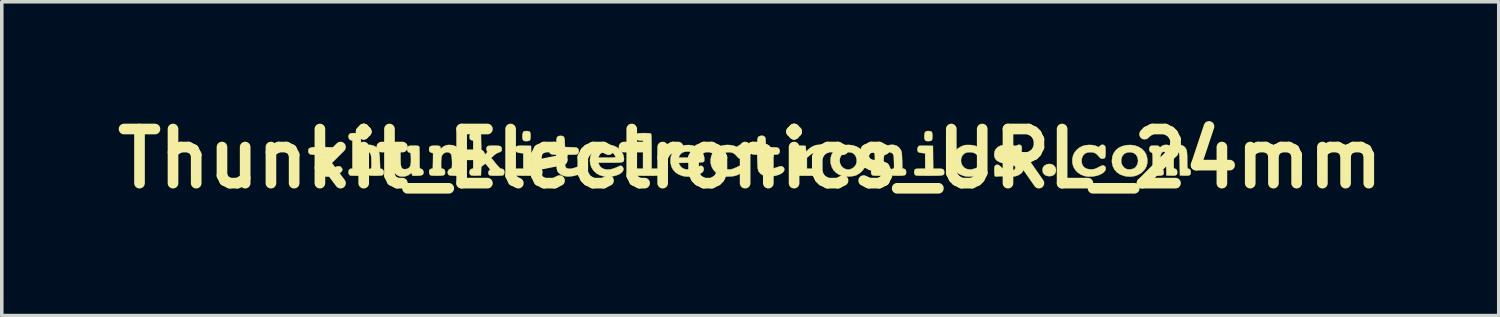
<source format=kicad_pcb>
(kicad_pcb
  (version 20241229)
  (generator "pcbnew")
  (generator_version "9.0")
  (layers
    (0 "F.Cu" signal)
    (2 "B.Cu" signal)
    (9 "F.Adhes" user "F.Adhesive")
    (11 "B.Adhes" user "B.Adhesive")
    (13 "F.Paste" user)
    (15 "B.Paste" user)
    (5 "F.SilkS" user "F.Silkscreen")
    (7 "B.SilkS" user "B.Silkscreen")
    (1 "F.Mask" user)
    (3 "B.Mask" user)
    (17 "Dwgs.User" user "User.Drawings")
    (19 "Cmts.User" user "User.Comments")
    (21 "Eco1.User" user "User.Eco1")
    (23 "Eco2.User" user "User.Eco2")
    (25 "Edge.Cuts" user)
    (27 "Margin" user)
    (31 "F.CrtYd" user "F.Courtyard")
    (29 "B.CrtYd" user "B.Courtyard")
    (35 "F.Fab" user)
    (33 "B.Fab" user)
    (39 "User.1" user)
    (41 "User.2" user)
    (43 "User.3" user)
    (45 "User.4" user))
  (footprint "Thunkit_Electronics_URL_24mm"
    (layer "F.Cu")
    (at 18.078 1.418)
    (property "Reference" "Thunkit_Electronics_URL_24mm" (at 0 0 0) (layer "F.SilkS") (effects (font (size 1.524 1.524) (thickness 0.3))))
    (attr through_hole)
    (fp_poly (pts (xy 8.478 0.155) (xy 8.48 0.155) (xy 8.539 0.183) (xy 8.58 0.227) (xy 8.604 0.282) (xy 8.609 0.34) (xy 8.595 0.397) (xy 8.56 0.446) (xy 8.522 0.473) (xy 8.467 0.49) (xy 8.401 0.492) (xy 8.339 0.48) (xy 8.318 0.472) (xy 8.267 0.433) (xy 8.237 0.378) (xy 8.228 0.315) (xy 8.243 0.251) (xy 8.248 0.239) (xy 8.287 0.193) (xy 8.343 0.162) (xy 8.41 0.148) (xy 8.478 0.155)) (stroke (width 0.01) (type solid)) (fill yes) (layer "F.SilkS"))
    (fp_poly (pts (xy 5.046 -0.777) (xy 5.088 -0.767) (xy 5.107 -0.756) (xy 5.12 -0.727) (xy 5.128 -0.681) (xy 5.13 -0.627) (xy 5.127 -0.574) (xy 5.118 -0.533) (xy 5.11 -0.517) (xy 5.084 -0.503) (xy 5.043 -0.495) (xy 4.996 -0.494) (xy 4.954 -0.499) (xy 4.929 -0.511) (xy 4.928 -0.512) (xy 4.909 -0.553) (xy 4.901 -0.61) (xy 4.903 -0.671) (xy 4.915 -0.726) (xy 4.93 -0.755) (xy 4.957 -0.771) (xy 4.999 -0.779) (xy 5.046 -0.777)) (stroke (width 0.01) (type solid)) (fill yes) (layer "F.SilkS"))
    (fp_poly (pts (xy -6.264 -0.776) (xy -6.224 -0.765) (xy -6.211 -0.756) (xy -6.197 -0.731) (xy -6.189 -0.689) (xy -6.188 -0.637) (xy -6.19 -0.572) (xy -6.201 -0.53) (xy -6.223 -0.506) (xy -6.261 -0.496) (xy -6.302 -0.494) (xy -6.348 -0.496) (xy -6.376 -0.504) (xy -6.395 -0.521) (xy -6.401 -0.53) (xy -6.414 -0.566) (xy -6.418 -0.617) (xy -6.415 -0.673) (xy -6.406 -0.722) (xy -6.39 -0.756) (xy -6.388 -0.758) (xy -6.358 -0.773) (xy -6.312 -0.778) (xy -6.264 -0.776)) (stroke (width 0.01) (type solid)) (fill yes) (layer "F.SilkS"))
    (fp_poly (pts (xy -6.364 -0.364) (xy -6.174 -0.36) (xy -6.17 -0.039) (xy -6.166 0.282) (xy -6.034 0.282) (xy -5.96 0.284) (xy -5.909 0.293) (xy -5.877 0.309) (xy -5.861 0.336) (xy -5.856 0.377) (xy -5.856 0.383) (xy -5.857 0.411) (xy -5.861 0.432) (xy -5.871 0.449) (xy -5.891 0.461) (xy -5.923 0.47) (xy -5.971 0.475) (xy -6.036 0.478) (xy -6.123 0.479) (xy -6.234 0.48) (xy -6.281 0.48) (xy -6.381 0.479) (xy -6.472 0.478) (xy -6.551 0.476) (xy -6.613 0.474) (xy -6.654 0.471) (xy -6.67 0.469) (xy -6.694 0.439) (xy -6.707 0.395) (xy -6.704 0.35) (xy -6.702 0.342) (xy -6.685 0.311) (xy -6.67 0.293) (xy -6.649 0.289) (xy -6.608 0.285) (xy -6.552 0.283) (xy -6.523 0.282) (xy -6.392 0.282) (xy -6.392 -0.151) (xy -6.481 -0.16) (xy -6.549 -0.173) (xy -6.592 -0.196) (xy -6.613 -0.231) (xy -6.613 -0.281) (xy -6.613 -0.282) (xy -6.605 -0.314) (xy -6.593 -0.337) (xy -6.571 -0.352) (xy -6.535 -0.361) (xy -6.481 -0.364) (xy -6.405 -0.364) (xy -6.364 -0.364)) (stroke (width 0.01) (type solid)) (fill yes) (layer "F.SilkS"))
    (fp_poly (pts (xy 4.965 -0.364) (xy 4.967 -0.364) (xy 5.144 -0.36) (xy 5.147 -0.039) (xy 5.151 0.282) (xy 5.284 0.282) (xy 5.358 0.284) (xy 5.408 0.291) (xy 5.439 0.306) (xy 5.455 0.331) (xy 5.461 0.368) (xy 5.461 0.38) (xy 5.46 0.408) (xy 5.457 0.431) (xy 5.447 0.448) (xy 5.428 0.46) (xy 5.396 0.469) (xy 5.35 0.475) (xy 5.286 0.478) (xy 5.201 0.479) (xy 5.091 0.48) (xy 5.035 0.48) (xy 4.922 0.48) (xy 4.834 0.479) (xy 4.767 0.478) (xy 4.718 0.476) (xy 4.685 0.473) (xy 4.662 0.469) (xy 4.648 0.463) (xy 4.639 0.455) (xy 4.638 0.454) (xy 4.62 0.418) (xy 4.615 0.372) (xy 4.623 0.328) (xy 4.637 0.304) (xy 4.655 0.293) (xy 4.687 0.286) (xy 4.738 0.283) (xy 4.792 0.282) (xy 4.925 0.282) (xy 4.925 -0.151) (xy 4.838 -0.16) (xy 4.789 -0.167) (xy 4.751 -0.177) (xy 4.734 -0.184) (xy 4.712 -0.217) (xy 4.705 -0.261) (xy 4.713 -0.306) (xy 4.733 -0.343) (xy 4.761 -0.361) (xy 4.786 -0.363) (xy 4.833 -0.365) (xy 4.895 -0.365) (xy 4.965 -0.364)) (stroke (width 0.01) (type solid)) (fill yes) (layer "F.SilkS"))
    (fp_poly (pts (xy 10.831 -0.37) (xy 10.936 -0.332) (xy 11.028 -0.275) (xy 11.101 -0.199) (xy 11.142 -0.132) (xy 11.171 -0.047) (xy 11.183 0.048) (xy 11.177 0.142) (xy 11.153 0.225) (xy 11.153 0.226) (xy 11.096 0.32) (xy 11.019 0.396) (xy 10.925 0.454) (xy 10.82 0.491) (xy 10.705 0.506) (xy 10.584 0.498) (xy 10.534 0.488) (xy 10.422 0.448) (xy 10.33 0.389) (xy 10.259 0.312) (xy 10.211 0.22) (xy 10.186 0.114) (xy 10.183 0.056) (xy 10.185 0.034) (xy 10.445 0.034) (xy 10.45 0.12) (xy 10.479 0.194) (xy 10.528 0.253) (xy 10.598 0.293) (xy 10.61 0.298) (xy 10.666 0.305) (xy 10.732 0.298) (xy 10.794 0.28) (xy 10.817 0.268) (xy 10.868 0.22) (xy 10.903 0.155) (xy 10.919 0.078) (xy 10.919 0.034) (xy 10.9 -0.048) (xy 10.86 -0.113) (xy 10.801 -0.157) (xy 10.724 -0.181) (xy 10.682 -0.183) (xy 10.598 -0.171) (xy 10.531 -0.137) (xy 10.481 -0.082) (xy 10.452 -0.008) (xy 10.445 0.034) (xy 10.185 0.034) (xy 10.195 -0.055) (xy 10.232 -0.153) (xy 10.292 -0.236) (xy 10.372 -0.303) (xy 10.472 -0.351) (xy 10.589 -0.38) (xy 10.589 -0.38) (xy 10.714 -0.386) (xy 10.831 -0.37)) (stroke (width 0.01) (type solid)) (fill yes) (layer "F.SilkS"))
    (fp_poly (pts (xy 2.879 -0.377) (xy 2.984 -0.344) (xy 3.079 -0.291) (xy 3.146 -0.231) (xy 3.206 -0.153) (xy 3.242 -0.072) (xy 3.257 0.019) (xy 3.257 0.092) (xy 3.249 0.162) (xy 3.233 0.218) (xy 3.208 0.27) (xy 3.152 0.345) (xy 3.077 0.412) (xy 2.993 0.462) (xy 2.963 0.474) (xy 2.901 0.489) (xy 2.822 0.499) (xy 2.739 0.502) (xy 2.663 0.499) (xy 2.627 0.494) (xy 2.515 0.458) (xy 2.422 0.402) (xy 2.347 0.327) (xy 2.295 0.237) (xy 2.265 0.133) (xy 2.261 0.091) (xy 2.261 0.063) (xy 2.516 0.063) (xy 2.529 0.138) (xy 2.564 0.206) (xy 2.618 0.26) (xy 2.659 0.284) (xy 2.729 0.306) (xy 2.793 0.305) (xy 2.863 0.28) (xy 2.865 0.279) (xy 2.931 0.231) (xy 2.976 0.166) (xy 2.998 0.09) (xy 2.994 0.006) (xy 2.992 -0.004) (xy 2.963 -0.082) (xy 2.916 -0.137) (xy 2.851 -0.172) (xy 2.768 -0.183) (xy 2.766 -0.183) (xy 2.679 -0.172) (xy 2.609 -0.14) (xy 2.559 -0.088) (xy 2.525 -0.014) (xy 2.516 0.063) (xy 2.261 0.063) (xy 2.263 -0.011) (xy 2.284 -0.098) (xy 2.328 -0.178) (xy 2.372 -0.231) (xy 2.454 -0.302) (xy 2.551 -0.351) (xy 2.658 -0.381) (xy 2.768 -0.389) (xy 2.879 -0.377)) (stroke (width 0.01) (type solid)) (fill yes) (layer "F.SilkS"))
    (fp_poly (pts (xy -2.901 -0.718) (xy -2.839 -0.714) (xy -2.804 -0.707) (xy -2.797 -0.703) (xy -2.792 -0.69) (xy -2.788 -0.66) (xy -2.785 -0.612) (xy -2.783 -0.543) (xy -2.781 -0.451) (xy -2.78 -0.335) (xy -2.78 -0.202) (xy -2.78 0.282) (xy -2.647 0.282) (xy -2.584 0.283) (xy -2.543 0.285) (xy -2.517 0.291) (xy -2.501 0.301) (xy -2.491 0.314) (xy -2.472 0.362) (xy -2.475 0.412) (xy -2.498 0.452) (xy -2.507 0.46) (xy -2.52 0.467) (xy -2.539 0.472) (xy -2.568 0.475) (xy -2.609 0.477) (xy -2.668 0.479) (xy -2.746 0.48) (xy -2.847 0.48) (xy -2.9 0.48) (xy -3.013 0.48) (xy -3.1 0.479) (xy -3.167 0.478) (xy -3.215 0.476) (xy -3.249 0.473) (xy -3.272 0.469) (xy -3.287 0.463) (xy -3.298 0.456) (xy -3.302 0.452) (xy -3.326 0.41) (xy -3.327 0.36) (xy -3.308 0.314) (xy -3.296 0.299) (xy -3.278 0.29) (xy -3.25 0.285) (xy -3.205 0.283) (xy -3.153 0.282) (xy -3.02 0.282) (xy -3.02 -0.508) (xy -3.075 -0.508) (xy -3.132 -0.513) (xy -3.182 -0.528) (xy -3.215 -0.548) (xy -3.22 -0.555) (xy -3.228 -0.579) (xy -3.231 -0.617) (xy -3.231 -0.624) (xy -3.228 -0.659) (xy -3.217 -0.685) (xy -3.193 -0.702) (xy -3.152 -0.713) (xy -3.092 -0.718) (xy -3.008 -0.72) (xy -2.991 -0.72) (xy -2.901 -0.718)) (stroke (width 0.01) (type solid)) (fill yes) (layer "F.SilkS"))
    (fp_poly (pts (xy -1.613 -0.369) (xy -1.513 -0.331) (xy -1.428 -0.275) (xy -1.361 -0.201) (xy -1.327 -0.138) (xy -1.307 -0.079) (xy -1.296 -0.019) (xy -1.294 0.036) (xy -1.302 0.076) (xy -1.309 0.087) (xy -1.324 0.094) (xy -1.354 0.099) (xy -1.403 0.104) (xy -1.473 0.107) (xy -1.566 0.11) (xy -1.673 0.113) (xy -2.018 0.12) (xy -1.988 0.18) (xy -1.944 0.24) (xy -1.881 0.282) (xy -1.803 0.304) (xy -1.714 0.307) (xy -1.617 0.29) (xy -1.514 0.253) (xy -1.473 0.232) (xy -1.425 0.209) (xy -1.393 0.2) (xy -1.368 0.204) (xy -1.342 0.222) (xy -1.34 0.223) (xy -1.314 0.261) (xy -1.31 0.307) (xy -1.327 0.355) (xy -1.343 0.377) (xy -1.404 0.424) (xy -1.485 0.462) (xy -1.58 0.488) (xy -1.683 0.503) (xy -1.788 0.504) (xy -1.887 0.491) (xy -1.898 0.488) (xy -2.01 0.448) (xy -2.102 0.389) (xy -2.173 0.312) (xy -2.221 0.22) (xy -2.246 0.114) (xy -2.249 0.056) (xy -2.24 -0.028) (xy -2.017 -0.028) (xy -1.525 -0.028) (xy -1.539 -0.067) (xy -1.577 -0.131) (xy -1.635 -0.175) (xy -1.711 -0.198) (xy -1.771 -0.202) (xy -1.86 -0.192) (xy -1.93 -0.162) (xy -1.98 -0.111) (xy -2.002 -0.067) (xy -2.017 -0.028) (xy -2.24 -0.028) (xy -2.237 -0.055) (xy -2.2 -0.153) (xy -2.141 -0.236) (xy -2.06 -0.303) (xy -1.96 -0.351) (xy -1.842 -0.38) (xy -1.842 -0.38) (xy -1.723 -0.385) (xy -1.613 -0.369)) (stroke (width 0.01) (type solid)) (fill yes) (layer "F.SilkS"))
    (fp_poly (pts (xy -0.21 -0.368) (xy -0.195 -0.354) (xy -0.185 -0.337) (xy -0.18 -0.311) (xy -0.177 -0.27) (xy -0.177 -0.207) (xy -0.177 -0.194) (xy -0.178 -0.116) (xy -0.183 -0.062) (xy -0.195 -0.028) (xy -0.215 -0.009) (xy -0.244 -0.001) (xy -0.269 0) (xy -0.3 -0.003) (xy -0.326 -0.014) (xy -0.353 -0.039) (xy -0.383 -0.073) (xy -0.438 -0.13) (xy -0.494 -0.164) (xy -0.56 -0.18) (xy -0.618 -0.183) (xy -0.702 -0.171) (xy -0.77 -0.137) (xy -0.821 -0.084) (xy -0.852 -0.014) (xy -0.861 0.068) (xy -0.855 0.12) (xy -0.83 0.182) (xy -0.784 0.238) (xy -0.724 0.279) (xy -0.677 0.296) (xy -0.612 0.306) (xy -0.546 0.302) (xy -0.475 0.282) (xy -0.389 0.245) (xy -0.371 0.236) (xy -0.317 0.209) (xy -0.281 0.194) (xy -0.257 0.188) (xy -0.239 0.191) (xy -0.221 0.202) (xy -0.22 0.202) (xy -0.183 0.239) (xy -0.172 0.281) (xy -0.184 0.326) (xy -0.219 0.372) (xy -0.275 0.415) (xy -0.35 0.455) (xy -0.396 0.473) (xy -0.459 0.489) (xy -0.539 0.499) (xy -0.626 0.502) (xy -0.706 0.499) (xy -0.769 0.489) (xy -0.88 0.448) (xy -0.972 0.387) (xy -1.043 0.31) (xy -1.092 0.216) (xy -1.112 0.141) (xy -1.118 0.032) (xy -1.098 -0.073) (xy -1.055 -0.169) (xy -0.99 -0.252) (xy -0.907 -0.318) (xy -0.815 -0.362) (xy -0.734 -0.38) (xy -0.641 -0.387) (xy -0.548 -0.381) (xy -0.466 -0.364) (xy -0.444 -0.356) (xy -0.373 -0.328) (xy -0.334 -0.361) (xy -0.29 -0.389) (xy -0.25 -0.391) (xy -0.21 -0.368)) (stroke (width 0.01) (type solid)) (fill yes) (layer "F.SilkS"))
    (fp_poly (pts (xy 9.977 -0.367) (xy 9.99 -0.35) (xy 9.998 -0.328) (xy 10.003 -0.294) (xy 10.005 -0.241) (xy 10.005 -0.197) (xy 10.004 -0.118) (xy 9.999 -0.063) (xy 9.988 -0.028) (xy 9.97 -0.009) (xy 9.944 -0.001) (xy 9.921 0) (xy 9.889 -0.003) (xy 9.863 -0.013) (xy 9.836 -0.038) (xy 9.806 -0.073) (xy 9.75 -0.13) (xy 9.694 -0.164) (xy 9.628 -0.18) (xy 9.57 -0.183) (xy 9.485 -0.172) (xy 9.417 -0.138) (xy 9.367 -0.084) (xy 9.338 -0.01) (xy 9.331 0.039) (xy 9.336 0.126) (xy 9.364 0.198) (xy 9.414 0.252) (xy 9.483 0.287) (xy 9.571 0.302) (xy 9.596 0.303) (xy 9.644 0.3) (xy 9.686 0.293) (xy 9.73 0.278) (xy 9.786 0.251) (xy 9.806 0.241) (xy 9.864 0.213) (xy 9.904 0.196) (xy 9.931 0.191) (xy 9.951 0.193) (xy 9.958 0.196) (xy 9.997 0.227) (xy 10.012 0.27) (xy 10.001 0.321) (xy 9.999 0.326) (xy 9.96 0.378) (xy 9.899 0.423) (xy 9.82 0.46) (xy 9.729 0.487) (xy 9.632 0.502) (xy 9.534 0.505) (xy 9.439 0.494) (xy 9.418 0.489) (xy 9.309 0.448) (xy 9.219 0.388) (xy 9.148 0.312) (xy 9.098 0.222) (xy 9.071 0.122) (xy 9.068 0.015) (xy 9.093 -0.095) (xy 9.093 -0.096) (xy 9.133 -0.176) (xy 9.195 -0.25) (xy 9.271 -0.312) (xy 9.349 -0.353) (xy 9.437 -0.377) (xy 9.533 -0.387) (xy 9.629 -0.384) (xy 9.714 -0.366) (xy 9.743 -0.355) (xy 9.812 -0.324) (xy 9.849 -0.36) (xy 9.894 -0.389) (xy 9.938 -0.391) (xy 9.977 -0.367)) (stroke (width 0.01) (type solid)) (fill yes) (layer "F.SilkS"))
    (fp_poly (pts (xy 2.018 -0.381) (xy 2.081 -0.349) (xy 2.087 -0.344) (xy 2.125 -0.298) (xy 2.139 -0.246) (xy 2.13 -0.194) (xy 2.098 -0.151) (xy 2.059 -0.126) (xy 2.027 -0.116) (xy 1.997 -0.117) (xy 1.957 -0.13) (xy 1.949 -0.133) (xy 1.877 -0.157) (xy 1.82 -0.165) (xy 1.77 -0.156) (xy 1.718 -0.128) (xy 1.656 -0.079) (xy 1.655 -0.078) (xy 1.595 -0.026) (xy 1.595 0.282) (xy 1.733 0.282) (xy 1.8 0.283) (xy 1.844 0.286) (xy 1.872 0.292) (xy 1.89 0.303) (xy 1.896 0.308) (xy 1.915 0.348) (xy 1.917 0.398) (xy 1.9 0.445) (xy 1.897 0.448) (xy 1.889 0.458) (xy 1.879 0.466) (xy 1.864 0.472) (xy 1.839 0.475) (xy 1.801 0.478) (xy 1.746 0.479) (xy 1.671 0.48) (xy 1.572 0.48) (xy 1.547 0.48) (xy 1.441 0.48) (xy 1.36 0.479) (xy 1.301 0.478) (xy 1.258 0.475) (xy 1.23 0.471) (xy 1.211 0.466) (xy 1.2 0.459) (xy 1.195 0.454) (xy 1.176 0.416) (xy 1.172 0.37) (xy 1.183 0.326) (xy 1.197 0.306) (xy 1.234 0.288) (xy 1.289 0.282) (xy 1.355 0.282) (xy 1.355 -0.155) (xy 1.298 -0.164) (xy 1.247 -0.183) (xy 1.213 -0.218) (xy 1.198 -0.261) (xy 1.206 -0.306) (xy 1.228 -0.339) (xy 1.244 -0.352) (xy 1.263 -0.36) (xy 1.293 -0.364) (xy 1.338 -0.365) (xy 1.406 -0.364) (xy 1.408 -0.364) (xy 1.559 -0.36) (xy 1.566 -0.278) (xy 1.573 -0.196) (xy 1.623 -0.247) (xy 1.696 -0.31) (xy 1.777 -0.355) (xy 1.861 -0.383) (xy 1.943 -0.392) (xy 2.018 -0.381)) (stroke (width 0.01) (type solid)) (fill yes) (layer "F.SilkS"))
    (fp_poly (pts (xy -5.296 -0.639) (xy -5.264 -0.626) (xy -5.243 -0.6) (xy -5.231 -0.556) (xy -5.225 -0.49) (xy -5.223 -0.46) (xy -5.219 -0.328) (xy -5.049 -0.322) (xy -4.976 -0.319) (xy -4.926 -0.315) (xy -4.894 -0.31) (xy -4.873 -0.302) (xy -4.859 -0.291) (xy -4.852 -0.283) (xy -4.83 -0.237) (xy -4.83 -0.187) (xy -4.851 -0.144) (xy -4.854 -0.141) (xy -4.869 -0.129) (xy -4.889 -0.121) (xy -4.919 -0.116) (xy -4.965 -0.114) (xy -5.033 -0.113) (xy -5.052 -0.113) (xy -5.221 -0.113) (xy -5.221 0.042) (xy -5.22 0.111) (xy -5.216 0.171) (xy -5.209 0.215) (xy -5.205 0.232) (xy -5.174 0.267) (xy -5.124 0.284) (xy -5.055 0.284) (xy -4.97 0.265) (xy -4.899 0.241) (xy -4.833 0.219) (xy -4.784 0.213) (xy -4.747 0.225) (xy -4.727 0.24) (xy -4.701 0.282) (xy -4.702 0.328) (xy -4.73 0.374) (xy -4.752 0.395) (xy -4.816 0.434) (xy -4.898 0.466) (xy -4.992 0.489) (xy -5.088 0.5) (xy -5.178 0.499) (xy -5.219 0.493) (xy -5.297 0.468) (xy -5.364 0.429) (xy -5.413 0.38) (xy -5.427 0.357) (xy -5.438 0.328) (xy -5.446 0.289) (xy -5.452 0.236) (xy -5.456 0.165) (xy -5.458 0.095) (xy -5.464 -0.113) (xy -5.533 -0.113) (xy -5.596 -0.122) (xy -5.638 -0.148) (xy -5.657 -0.191) (xy -5.659 -0.209) (xy -5.65 -0.259) (xy -5.621 -0.293) (xy -5.57 -0.313) (xy -5.539 -0.318) (xy -5.461 -0.328) (xy -5.461 -0.452) (xy -5.458 -0.53) (xy -5.448 -0.584) (xy -5.429 -0.618) (xy -5.397 -0.636) (xy -5.351 -0.642) (xy -5.343 -0.642) (xy -5.296 -0.639)) (stroke (width 0.01) (type solid)) (fill yes) (layer "F.SilkS"))
    (fp_poly (pts (xy 6.582 -0.367) (xy 6.584 -0.365) (xy 6.598 -0.345) (xy 6.607 -0.314) (xy 6.612 -0.268) (xy 6.616 -0.203) (xy 6.617 -0.122) (xy 6.61 -0.065) (xy 6.596 -0.028) (xy 6.57 -0.008) (xy 6.533 -0.000365) (xy 6.519 0) (xy 6.484 -0.002) (xy 6.46 -0.014) (xy 6.435 -0.039) (xy 6.417 -0.065) (xy 6.363 -0.126) (xy 6.3 -0.164) (xy 6.223 -0.181) (xy 6.178 -0.183) (xy 6.094 -0.175) (xy 6.03 -0.147) (xy 5.981 -0.099) (xy 5.97 -0.082) (xy 5.939 -0.008) (xy 5.932 0.069) (xy 5.947 0.143) (xy 5.982 0.209) (xy 6.036 0.262) (xy 6.106 0.295) (xy 6.11 0.296) (xy 6.178 0.306) (xy 6.251 0.3) (xy 6.334 0.275) (xy 6.418 0.237) (xy 6.476 0.21) (xy 6.515 0.195) (xy 6.542 0.189) (xy 6.563 0.193) (xy 6.569 0.195) (xy 6.601 0.224) (xy 6.616 0.267) (xy 6.611 0.317) (xy 6.61 0.322) (xy 6.582 0.364) (xy 6.532 0.407) (xy 6.466 0.445) (xy 6.414 0.467) (xy 6.329 0.489) (xy 6.232 0.501) (xy 6.134 0.503) (xy 6.046 0.494) (xy 6.012 0.486) (xy 5.9 0.443) (xy 5.81 0.382) (xy 5.743 0.305) (xy 5.699 0.21) (xy 5.677 0.1) (xy 5.676 0.085) (xy 5.682 -0.029) (xy 5.712 -0.13) (xy 5.768 -0.217) (xy 5.847 -0.29) (xy 5.939 -0.343) (xy 5.991 -0.366) (xy 6.034 -0.379) (xy 6.081 -0.385) (xy 6.143 -0.386) (xy 6.152 -0.386) (xy 6.238 -0.382) (xy 6.306 -0.37) (xy 6.347 -0.356) (xy 6.422 -0.327) (xy 6.456 -0.361) (xy 6.499 -0.389) (xy 6.543 -0.391) (xy 6.582 -0.367)) (stroke (width 0.01) (type solid)) (fill yes) (layer "F.SilkS"))
    (fp_poly (pts (xy 0.385 -0.631) (xy 0.395 -0.624) (xy 0.412 -0.608) (xy 0.423 -0.589) (xy 0.429 -0.56) (xy 0.433 -0.515) (xy 0.435 -0.462) (xy 0.44 -0.328) (xy 0.61 -0.322) (xy 0.683 -0.319) (xy 0.732 -0.315) (xy 0.765 -0.31) (xy 0.786 -0.302) (xy 0.8 -0.291) (xy 0.806 -0.283) (xy 0.829 -0.237) (xy 0.829 -0.187) (xy 0.808 -0.144) (xy 0.804 -0.141) (xy 0.789 -0.129) (xy 0.77 -0.121) (xy 0.739 -0.116) (xy 0.693 -0.114) (xy 0.626 -0.113) (xy 0.607 -0.113) (xy 0.437 -0.113) (xy 0.437 0.042) (xy 0.439 0.111) (xy 0.443 0.171) (xy 0.449 0.215) (xy 0.454 0.232) (xy 0.484 0.267) (xy 0.535 0.284) (xy 0.604 0.284) (xy 0.688 0.265) (xy 0.759 0.241) (xy 0.826 0.219) (xy 0.875 0.213) (xy 0.912 0.225) (xy 0.931 0.24) (xy 0.957 0.282) (xy 0.956 0.328) (xy 0.928 0.375) (xy 0.91 0.393) (xy 0.853 0.43) (xy 0.775 0.461) (xy 0.686 0.485) (xy 0.592 0.499) (xy 0.504 0.501) (xy 0.441 0.494) (xy 0.356 0.466) (xy 0.288 0.423) (xy 0.241 0.368) (xy 0.236 0.36) (xy 0.224 0.332) (xy 0.216 0.3) (xy 0.209 0.257) (xy 0.205 0.198) (xy 0.201 0.118) (xy 0.2 0.095) (xy 0.194 -0.113) (xy 0.125 -0.113) (xy 0.063 -0.122) (xy 0.021 -0.148) (xy 0.001 -0.191) (xy 0 -0.209) (xy 0.009 -0.259) (xy 0.038 -0.293) (xy 0.089 -0.313) (xy 0.12 -0.318) (xy 0.198 -0.328) (xy 0.198 -0.452) (xy 0.2 -0.528) (xy 0.21 -0.581) (xy 0.229 -0.615) (xy 0.261 -0.635) (xy 0.304 -0.644) (xy 0.35 -0.645) (xy 0.385 -0.631)) (stroke (width 0.01) (type solid)) (fill yes) (layer "F.SilkS"))
    (fp_poly (pts (xy -3.943 -0.381) (xy -3.856 -0.365) (xy -3.844 -0.362) (xy -3.753 -0.318) (xy -3.675 -0.257) (xy -3.614 -0.182) (xy -3.573 -0.098) (xy -3.556 -0.01) (xy -3.556 0.001) (xy -3.557 0.034) (xy -3.561 0.06) (xy -3.572 0.079) (xy -3.592 0.093) (xy -3.626 0.103) (xy -3.675 0.108) (xy -3.743 0.111) (xy -3.833 0.113) (xy -3.948 0.113) (xy -4.278 0.113) (xy -4.268 0.145) (xy -4.236 0.212) (xy -4.183 0.262) (xy -4.114 0.294) (xy -4.032 0.308) (xy -3.94 0.302) (xy -3.84 0.276) (xy -3.775 0.249) (xy -3.723 0.226) (xy -3.679 0.208) (xy -3.651 0.198) (xy -3.646 0.198) (xy -3.617 0.21) (xy -3.589 0.239) (xy -3.572 0.275) (xy -3.57 0.29) (xy -3.583 0.342) (xy -3.621 0.389) (xy -3.679 0.431) (xy -3.753 0.464) (xy -3.839 0.489) (xy -3.934 0.503) (xy -4.033 0.506) (xy -4.133 0.495) (xy -4.147 0.493) (xy -4.253 0.459) (xy -4.344 0.404) (xy -4.418 0.331) (xy -4.473 0.245) (xy -4.506 0.148) (xy -4.516 0.044) (xy -4.506 -0.028) (xy -4.278 -0.028) (xy -4.037 -0.028) (xy -3.944 -0.029) (xy -3.877 -0.03) (xy -3.831 -0.033) (xy -3.806 -0.038) (xy -3.796 -0.045) (xy -3.796 -0.046) (xy -3.807 -0.08) (xy -3.833 -0.121) (xy -3.868 -0.158) (xy -3.898 -0.178) (xy -3.954 -0.196) (xy -4.025 -0.203) (xy -4.097 -0.198) (xy -4.158 -0.182) (xy -4.165 -0.178) (xy -4.224 -0.137) (xy -4.26 -0.08) (xy -4.268 -0.06) (xy -4.278 -0.028) (xy -4.506 -0.028) (xy -4.501 -0.063) (xy -4.492 -0.092) (xy -4.456 -0.163) (xy -4.4 -0.232) (xy -4.33 -0.294) (xy -4.254 -0.34) (xy -4.226 -0.352) (xy -4.14 -0.375) (xy -4.041 -0.384) (xy -3.943 -0.381)) (stroke (width 0.01) (type solid)) (fill yes) (layer "F.SilkS"))
    (fp_poly (pts (xy -12.115 -0.644) (xy -12.076 -0.636) (xy -12.049 -0.619) (xy -12.033 -0.59) (xy -12.025 -0.543) (xy -12.023 -0.473) (xy -12.023 -0.458) (xy -12.023 -0.328) (xy -11.846 -0.322) (xy -11.768 -0.319) (xy -11.714 -0.314) (xy -11.678 -0.308) (xy -11.655 -0.3) (xy -11.646 -0.292) (xy -11.627 -0.256) (xy -11.623 -0.209) (xy -11.635 -0.163) (xy -11.648 -0.142) (xy -11.662 -0.13) (xy -11.679 -0.121) (xy -11.707 -0.116) (xy -11.749 -0.114) (xy -11.812 -0.113) (xy -11.851 -0.113) (xy -12.027 -0.113) (xy -12.019 0.048) (xy -12.014 0.115) (xy -12.008 0.174) (xy -12.001 0.218) (xy -11.996 0.238) (xy -11.964 0.269) (xy -11.913 0.284) (xy -11.846 0.284) (xy -11.768 0.268) (xy -11.693 0.241) (xy -11.626 0.217) (xy -11.575 0.213) (xy -11.536 0.229) (xy -11.516 0.249) (xy -11.495 0.282) (xy -11.486 0.31) (xy -11.486 0.31) (xy -11.5 0.35) (xy -11.537 0.389) (xy -11.594 0.426) (xy -11.666 0.458) (xy -11.748 0.483) (xy -11.797 0.493) (xy -11.865 0.503) (xy -11.916 0.506) (xy -11.963 0.502) (xy -12.017 0.492) (xy -12.031 0.488) (xy -12.083 0.471) (xy -12.132 0.449) (xy -12.148 0.439) (xy -12.18 0.413) (xy -12.205 0.384) (xy -12.222 0.349) (xy -12.233 0.302) (xy -12.24 0.238) (xy -12.245 0.153) (xy -12.246 0.102) (xy -12.251 -0.113) (xy -12.317 -0.113) (xy -12.382 -0.12) (xy -12.423 -0.143) (xy -12.443 -0.181) (xy -12.446 -0.209) (xy -12.443 -0.248) (xy -12.435 -0.277) (xy -12.434 -0.279) (xy -12.411 -0.296) (xy -12.37 -0.312) (xy -12.321 -0.322) (xy -12.287 -0.325) (xy -12.248 -0.325) (xy -12.248 -0.458) (xy -12.248 -0.52) (xy -12.246 -0.561) (xy -12.24 -0.587) (xy -12.229 -0.604) (xy -12.212 -0.619) (xy -12.21 -0.621) (xy -12.173 -0.642) (xy -12.131 -0.646) (xy -12.115 -0.644)) (stroke (width 0.01) (type solid)) (fill yes) (layer "F.SilkS"))
    (fp_poly (pts (xy -7.72 -0.717) (xy -7.585 -0.713) (xy -7.578 -0.368) (xy -7.571 -0.023) (xy -7.483 -0.104) (xy -7.44 -0.144) (xy -7.416 -0.17) (xy -7.406 -0.188) (xy -7.408 -0.203) (xy -7.417 -0.219) (xy -7.431 -0.26) (xy -7.427 -0.305) (xy -7.409 -0.341) (xy -7.394 -0.353) (xy -7.37 -0.359) (xy -7.324 -0.363) (xy -7.265 -0.366) (xy -7.215 -0.367) (xy -7.131 -0.365) (xy -7.072 -0.359) (xy -7.033 -0.347) (xy -7.011 -0.327) (xy -7.001 -0.297) (xy -6.999 -0.269) (xy -7.002 -0.23) (xy -7.017 -0.205) (xy -7.047 -0.187) (xy -7.094 -0.171) (xy -7.144 -0.148) (xy -7.2 -0.109) (xy -7.224 -0.088) (xy -7.295 -0.021) (xy -7.175 0.127) (xy -7.13 0.182) (xy -7.088 0.228) (xy -7.055 0.262) (xy -7.034 0.278) (xy -7.031 0.279) (xy -6.982 0.289) (xy -6.954 0.301) (xy -6.938 0.321) (xy -6.931 0.339) (xy -6.924 0.386) (xy -6.934 0.432) (xy -6.957 0.466) (xy -6.961 0.469) (xy -6.981 0.473) (xy -7.023 0.476) (xy -7.081 0.479) (xy -7.15 0.48) (xy -7.156 0.48) (xy -7.231 0.479) (xy -7.284 0.477) (xy -7.318 0.473) (xy -7.34 0.467) (xy -7.354 0.457) (xy -7.357 0.454) (xy -7.378 0.412) (xy -7.373 0.366) (xy -7.351 0.331) (xy -7.323 0.301) (xy -7.388 0.221) (xy -7.421 0.182) (xy -7.446 0.154) (xy -7.46 0.141) (xy -7.46 0.141) (xy -7.474 0.149) (xy -7.502 0.17) (xy -7.522 0.185) (xy -7.577 0.23) (xy -7.581 0.351) (xy -7.585 0.473) (xy -7.719 0.477) (xy -7.795 0.477) (xy -7.846 0.473) (xy -7.874 0.464) (xy -7.876 0.463) (xy -7.902 0.427) (xy -7.909 0.383) (xy -7.9 0.339) (xy -7.877 0.304) (xy -7.844 0.287) (xy -7.803 0.279) (xy -7.803 -0.507) (xy -7.838 -0.516) (xy -7.872 -0.53) (xy -7.889 -0.544) (xy -7.904 -0.581) (xy -7.905 -0.628) (xy -7.893 -0.672) (xy -7.881 -0.691) (xy -7.866 -0.705) (xy -7.847 -0.713) (xy -7.817 -0.717) (xy -7.77 -0.718) (xy -7.72 -0.717)) (stroke (width 0.01) (type solid)) (fill yes) (layer "F.SilkS"))
    (fp_poly (pts (xy -9.406 -0.365) (xy -9.356 -0.359) (xy -9.331 -0.35) (xy -9.33 -0.35) (xy -9.324 -0.334) (xy -9.319 -0.298) (xy -9.316 -0.241) (xy -9.314 -0.16) (xy -9.313 -0.054) (xy -9.313 -0.025) (xy -9.313 0.075) (xy -9.313 0.151) (xy -9.312 0.206) (xy -9.309 0.243) (xy -9.306 0.265) (xy -9.3 0.277) (xy -9.293 0.282) (xy -9.285 0.282) (xy -9.248 0.295) (xy -9.217 0.327) (xy -9.201 0.369) (xy -9.2 0.381) (xy -9.206 0.423) (xy -9.226 0.451) (xy -9.263 0.469) (xy -9.322 0.478) (xy -9.385 0.48) (xy -9.512 0.48) (xy -9.53 0.437) (xy -9.548 0.394) (xy -9.575 0.424) (xy -9.629 0.465) (xy -9.7 0.492) (xy -9.779 0.504) (xy -9.857 0.499) (xy -9.899 0.488) (xy -9.965 0.45) (xy -10.02 0.393) (xy -10.057 0.324) (xy -10.062 0.308) (xy -10.069 0.272) (xy -10.076 0.214) (xy -10.082 0.142) (xy -10.087 0.064) (xy -10.088 0.043) (xy -10.091 -0.037) (xy -10.095 -0.092) (xy -10.099 -0.129) (xy -10.104 -0.151) (xy -10.112 -0.162) (xy -10.124 -0.167) (xy -10.132 -0.169) (xy -10.166 -0.19) (xy -10.188 -0.227) (xy -10.197 -0.272) (xy -10.191 -0.315) (xy -10.168 -0.347) (xy -10.16 -0.353) (xy -10.131 -0.36) (xy -10.085 -0.365) (xy -10.029 -0.367) (xy -9.971 -0.366) (xy -9.919 -0.362) (xy -9.881 -0.356) (xy -9.866 -0.35) (xy -9.86 -0.332) (xy -9.855 -0.293) (xy -9.851 -0.231) (xy -9.85 -0.143) (xy -9.85 -0.077) (xy -9.849 0.036) (xy -9.846 0.124) (xy -9.839 0.189) (xy -9.827 0.236) (xy -9.81 0.267) (xy -9.786 0.285) (xy -9.754 0.294) (xy -9.712 0.296) (xy -9.711 0.296) (xy -9.648 0.284) (xy -9.599 0.248) (xy -9.568 0.191) (xy -9.567 0.186) (xy -9.561 0.15) (xy -9.557 0.094) (xy -9.555 0.028) (xy -9.556 -0.014) (xy -9.558 -0.08) (xy -9.561 -0.123) (xy -9.566 -0.148) (xy -9.574 -0.161) (xy -9.587 -0.166) (xy -9.592 -0.167) (xy -9.63 -0.185) (xy -9.655 -0.22) (xy -9.665 -0.264) (xy -9.657 -0.309) (xy -9.638 -0.339) (xy -9.62 -0.352) (xy -9.597 -0.361) (xy -9.56 -0.365) (xy -9.505 -0.367) (xy -9.478 -0.367) (xy -9.406 -0.365)) (stroke (width 0.01) (type solid)) (fill yes) (layer "F.SilkS"))
    (fp_poly (pts (xy 7.601 -0.387) (xy 7.626 -0.369) (xy 7.639 -0.347) (xy 7.645 -0.316) (xy 7.646 -0.266) (xy 7.645 -0.239) (xy 7.642 -0.184) (xy 7.637 -0.151) (xy 7.627 -0.131) (xy 7.61 -0.118) (xy 7.603 -0.114) (xy 7.581 -0.104) (xy 7.557 -0.103) (xy 7.527 -0.112) (xy 7.487 -0.134) (xy 7.43 -0.17) (xy 7.406 -0.185) (xy 7.358 -0.212) (xy 7.313 -0.225) (xy 7.261 -0.228) (xy 7.191 -0.221) (xy 7.142 -0.202) (xy 7.116 -0.17) (xy 7.112 -0.15) (xy 7.116 -0.123) (xy 7.131 -0.104) (xy 7.161 -0.089) (xy 7.21 -0.076) (xy 7.283 -0.063) (xy 7.291 -0.062) (xy 7.4 -0.044) (xy 7.485 -0.025) (xy 7.551 -0.005) (xy 7.601 0.02) (xy 7.641 0.049) (xy 7.648 0.055) (xy 7.695 0.117) (xy 7.714 0.188) (xy 7.708 0.269) (xy 7.704 0.284) (xy 7.678 0.352) (xy 7.64 0.404) (xy 7.582 0.446) (xy 7.553 0.461) (xy 7.518 0.478) (xy 7.488 0.488) (xy 7.457 0.495) (xy 7.416 0.498) (xy 7.361 0.498) (xy 7.288 0.497) (xy 7.196 0.495) (xy 7.128 0.494) (xy 7.078 0.493) (xy 7.043 0.494) (xy 7.017 0.495) (xy 6.995 0.497) (xy 6.974 0.5) (xy 6.964 0.501) (xy 6.914 0.503) (xy 6.89 0.492) (xy 6.88 0.466) (xy 6.874 0.414) (xy 6.872 0.345) (xy 6.873 0.281) (xy 6.877 0.239) (xy 6.884 0.212) (xy 6.896 0.195) (xy 6.898 0.193) (xy 6.939 0.17) (xy 6.984 0.175) (xy 7.033 0.207) (xy 7.058 0.232) (xy 7.121 0.288) (xy 7.191 0.322) (xy 7.275 0.337) (xy 7.317 0.339) (xy 7.388 0.332) (xy 7.435 0.313) (xy 7.46 0.279) (xy 7.465 0.247) (xy 7.458 0.222) (xy 7.437 0.201) (xy 7.398 0.184) (xy 7.337 0.168) (xy 7.252 0.153) (xy 7.225 0.148) (xy 7.107 0.126) (xy 7.015 0.095) (xy 6.947 0.056) (xy 6.901 0.007) (xy 6.875 -0.054) (xy 6.868 -0.118) (xy 6.881 -0.203) (xy 6.918 -0.275) (xy 6.976 -0.331) (xy 7.055 -0.368) (xy 7.06 -0.369) (xy 7.115 -0.379) (xy 7.187 -0.384) (xy 7.266 -0.385) (xy 7.342 -0.381) (xy 7.405 -0.372) (xy 7.419 -0.369) (xy 7.461 -0.359) (xy 7.488 -0.361) (xy 7.511 -0.373) (xy 7.557 -0.393) (xy 7.601 -0.387)) (stroke (width 0.01) (type solid)) (fill yes) (layer "F.SilkS"))
    (fp_poly (pts (xy -11.057 -0.718) (xy -11.007 -0.712) (xy -10.982 -0.703) (xy -10.981 -0.703) (xy -10.973 -0.681) (xy -10.968 -0.635) (xy -10.965 -0.562) (xy -10.964 -0.49) (xy -10.964 -0.294) (xy -10.921 -0.33) (xy -10.855 -0.369) (xy -10.776 -0.388) (xy -10.692 -0.387) (xy -10.611 -0.367) (xy -10.545 -0.33) (xy -10.508 -0.298) (xy -10.481 -0.26) (xy -10.46 -0.212) (xy -10.446 -0.151) (xy -10.437 -0.071) (xy -10.432 0.032) (xy -10.431 0.059) (xy -10.424 0.279) (xy -10.384 0.288) (xy -10.349 0.307) (xy -10.327 0.343) (xy -10.319 0.387) (xy -10.327 0.43) (xy -10.351 0.462) (xy -10.358 0.466) (xy -10.382 0.471) (xy -10.427 0.476) (xy -10.488 0.479) (xy -10.557 0.48) (xy -10.559 0.48) (xy -10.643 0.479) (xy -10.703 0.474) (xy -10.743 0.464) (xy -10.766 0.447) (xy -10.778 0.42) (xy -10.781 0.383) (xy -10.781 0.379) (xy -10.77 0.329) (xy -10.741 0.295) (xy -10.699 0.282) (xy -10.699 0.282) (xy -10.686 0.281) (xy -10.677 0.274) (xy -10.672 0.258) (xy -10.669 0.227) (xy -10.668 0.176) (xy -10.668 0.105) (xy -10.67 0.002) (xy -10.678 -0.076) (xy -10.692 -0.131) (xy -10.712 -0.165) (xy -10.725 -0.177) (xy -10.76 -0.186) (xy -10.808 -0.186) (xy -10.856 -0.176) (xy -10.883 -0.163) (xy -10.916 -0.136) (xy -10.939 -0.1) (xy -10.954 -0.05) (xy -10.962 0.017) (xy -10.964 0.108) (xy -10.964 0.119) (xy -10.964 0.189) (xy -10.963 0.235) (xy -10.959 0.263) (xy -10.953 0.277) (xy -10.943 0.282) (xy -10.936 0.282) (xy -10.899 0.295) (xy -10.868 0.327) (xy -10.852 0.369) (xy -10.851 0.381) (xy -10.861 0.422) (xy -10.88 0.452) (xy -10.894 0.463) (xy -10.913 0.471) (xy -10.942 0.476) (xy -10.985 0.479) (xy -11.049 0.48) (xy -11.091 0.48) (xy -11.166 0.479) (xy -11.218 0.478) (xy -11.252 0.475) (xy -11.273 0.469) (xy -11.286 0.46) (xy -11.295 0.448) (xy -11.314 0.404) (xy -11.313 0.358) (xy -11.298 0.317) (xy -11.268 0.289) (xy -11.239 0.282) (xy -11.204 0.282) (xy -11.204 -0.507) (xy -11.24 -0.516) (xy -11.282 -0.54) (xy -11.308 -0.579) (xy -11.316 -0.626) (xy -11.304 -0.671) (xy -11.289 -0.691) (xy -11.271 -0.705) (xy -11.248 -0.714) (xy -11.211 -0.718) (xy -11.156 -0.72) (xy -11.129 -0.72) (xy -11.057 -0.718)) (stroke (width 0.01) (type solid)) (fill yes) (layer "F.SilkS"))
    (fp_poly (pts (xy -8.375 -0.378) (xy -8.303 -0.351) (xy -8.247 -0.303) (xy -8.233 -0.284) (xy -8.21 -0.241) (xy -8.193 -0.192) (xy -8.181 -0.132) (xy -8.174 -0.056) (xy -8.171 0.041) (xy -8.171 0.088) (xy -8.17 0.282) (xy -8.137 0.282) (xy -8.097 0.295) (xy -8.069 0.329) (xy -8.058 0.379) (xy -8.057 0.383) (xy -8.06 0.42) (xy -8.071 0.446) (xy -8.095 0.463) (xy -8.134 0.473) (xy -8.194 0.478) (xy -8.278 0.48) (xy -8.282 0.48) (xy -8.351 0.479) (xy -8.411 0.476) (xy -8.457 0.471) (xy -8.481 0.466) (xy -8.509 0.437) (xy -8.52 0.396) (xy -8.514 0.351) (xy -8.492 0.313) (xy -8.457 0.288) (xy -8.45 0.285) (xy -8.424 0.278) (xy -8.41 0.266) (xy -8.403 0.243) (xy -8.4 0.202) (xy -8.399 0.183) (xy -8.398 0.119) (xy -8.4 0.045) (xy -8.404 -0.013) (xy -8.411 -0.073) (xy -8.421 -0.113) (xy -8.437 -0.14) (xy -8.446 -0.15) (xy -8.492 -0.178) (xy -8.545 -0.184) (xy -8.598 -0.169) (xy -8.645 -0.137) (xy -8.681 -0.089) (xy -8.692 -0.059) (xy -8.698 -0.022) (xy -8.703 0.033) (xy -8.706 0.099) (xy -8.706 0.138) (xy -8.706 0.203) (xy -8.705 0.244) (xy -8.701 0.268) (xy -8.693 0.279) (xy -8.681 0.282) (xy -8.672 0.282) (xy -8.63 0.294) (xy -8.603 0.328) (xy -8.594 0.38) (xy -8.596 0.417) (xy -8.607 0.444) (xy -8.628 0.462) (xy -8.666 0.473) (xy -8.723 0.478) (xy -8.804 0.48) (xy -8.822 0.48) (xy -8.897 0.479) (xy -8.949 0.477) (xy -8.984 0.473) (xy -9.005 0.467) (xy -9.02 0.456) (xy -9.022 0.454) (xy -9.038 0.42) (xy -9.045 0.374) (xy -9.04 0.33) (xy -9.033 0.313) (xy -9.012 0.297) (xy -8.981 0.284) (xy -8.939 0.273) (xy -8.935 0.06) (xy -8.932 -0.153) (xy -8.98 -0.169) (xy -9.018 -0.186) (xy -9.038 -0.212) (xy -9.045 -0.255) (xy -9.045 -0.276) (xy -9.039 -0.315) (xy -9.019 -0.342) (xy -8.98 -0.358) (xy -8.92 -0.366) (xy -8.869 -0.367) (xy -8.801 -0.365) (xy -8.758 -0.358) (xy -8.733 -0.343) (xy -8.722 -0.318) (xy -8.72 -0.297) (xy -8.718 -0.274) (xy -8.712 -0.276) (xy -8.706 -0.285) (xy -8.686 -0.306) (xy -8.65 -0.333) (xy -8.626 -0.348) (xy -8.58 -0.371) (xy -8.534 -0.383) (xy -8.475 -0.387) (xy -8.468 -0.387) (xy -8.375 -0.378)) (stroke (width 0.01) (type solid)) (fill yes) (layer "F.SilkS"))
    (fp_poly (pts (xy 4.044 -0.387) (xy 4.124 -0.362) (xy 4.19 -0.313) (xy 4.233 -0.253) (xy 4.247 -0.228) (xy 4.256 -0.202) (xy 4.263 -0.171) (xy 4.268 -0.13) (xy 4.272 -0.073) (xy 4.275 0.005) (xy 4.276 0.041) (xy 4.283 0.273) (xy 4.324 0.284) (xy 4.362 0.3) (xy 4.382 0.328) (xy 4.388 0.374) (xy 4.388 0.382) (xy 4.386 0.419) (xy 4.375 0.445) (xy 4.353 0.463) (xy 4.314 0.473) (xy 4.256 0.478) (xy 4.174 0.48) (xy 4.16 0.48) (xy 4.076 0.479) (xy 4.016 0.474) (xy 3.976 0.464) (xy 3.952 0.447) (xy 3.94 0.421) (xy 3.937 0.384) (xy 3.937 0.379) (xy 3.948 0.329) (xy 3.977 0.295) (xy 4.02 0.282) (xy 4.02 0.282) (xy 4.033 0.281) (xy 4.042 0.276) (xy 4.047 0.262) (xy 4.049 0.234) (xy 4.049 0.188) (xy 4.048 0.119) (xy 4.047 0.093) (xy 4.045 0.014) (xy 4.042 -0.042) (xy 4.037 -0.081) (xy 4.029 -0.108) (xy 4.019 -0.129) (xy 4.013 -0.137) (xy 3.973 -0.169) (xy 3.922 -0.181) (xy 3.868 -0.174) (xy 3.818 -0.149) (xy 3.78 -0.108) (xy 3.775 -0.099) (xy 3.765 -0.069) (xy 3.758 -0.023) (xy 3.754 0.042) (xy 3.754 0.112) (xy 3.754 0.184) (xy 3.755 0.232) (xy 3.758 0.261) (xy 3.764 0.276) (xy 3.773 0.281) (xy 3.787 0.282) (xy 3.827 0.294) (xy 3.851 0.329) (xy 3.859 0.384) (xy 3.856 0.42) (xy 3.847 0.445) (xy 3.825 0.462) (xy 3.789 0.473) (xy 3.734 0.478) (xy 3.655 0.48) (xy 3.626 0.48) (xy 3.55 0.479) (xy 3.498 0.477) (xy 3.463 0.473) (xy 3.441 0.467) (xy 3.427 0.457) (xy 3.424 0.454) (xy 3.403 0.414) (xy 3.401 0.368) (xy 3.415 0.326) (xy 3.444 0.295) (xy 3.483 0.282) (xy 3.483 0.282) (xy 3.495 0.281) (xy 3.503 0.276) (xy 3.509 0.263) (xy 3.511 0.237) (xy 3.512 0.194) (xy 3.512 0.131) (xy 3.51 0.06) (xy 3.509 -0.024) (xy 3.507 -0.083) (xy 3.504 -0.123) (xy 3.499 -0.148) (xy 3.493 -0.16) (xy 3.484 -0.166) (xy 3.478 -0.167) (xy 3.436 -0.187) (xy 3.409 -0.224) (xy 3.4 -0.269) (xy 3.412 -0.315) (xy 3.43 -0.339) (xy 3.446 -0.353) (xy 3.468 -0.361) (xy 3.5 -0.365) (xy 3.551 -0.365) (xy 3.588 -0.364) (xy 3.718 -0.36) (xy 3.725 -0.313) (xy 3.732 -0.266) (xy 3.768 -0.303) (xy 3.835 -0.356) (xy 3.917 -0.385) (xy 4.011 -0.391) (xy 4.044 -0.387)) (stroke (width 0.01) (type solid)) (fill yes) (layer "F.SilkS"))
    (fp_poly (pts (xy 12.132 -0.384) (xy 12.197 -0.357) (xy 12.25 -0.31) (xy 12.285 -0.245) (xy 12.289 -0.232) (xy 12.295 -0.199) (xy 12.299 -0.144) (xy 12.303 -0.073) (xy 12.304 0.007) (xy 12.305 0.053) (xy 12.305 0.138) (xy 12.306 0.199) (xy 12.308 0.24) (xy 12.312 0.265) (xy 12.317 0.277) (xy 12.326 0.282) (xy 12.332 0.282) (xy 12.37 0.295) (xy 12.395 0.329) (xy 12.404 0.381) (xy 12.4 0.423) (xy 12.387 0.452) (xy 12.36 0.469) (xy 12.315 0.476) (xy 12.247 0.477) (xy 12.229 0.477) (xy 12.1 0.473) (xy 12.093 0.159) (xy 12.091 0.055) (xy 12.088 -0.025) (xy 12.085 -0.084) (xy 12.081 -0.125) (xy 12.076 -0.152) (xy 12.069 -0.169) (xy 12.063 -0.178) (xy 12.029 -0.194) (xy 12.002 -0.192) (xy 11.973 -0.178) (xy 11.952 -0.152) (xy 11.938 -0.11) (xy 11.929 -0.049) (xy 11.925 0.035) (xy 11.924 0.098) (xy 11.924 0.173) (xy 11.925 0.225) (xy 11.928 0.257) (xy 11.933 0.274) (xy 11.941 0.281) (xy 11.951 0.282) (xy 11.989 0.295) (xy 12.014 0.329) (xy 12.023 0.381) (xy 12.019 0.423) (xy 12.006 0.452) (xy 11.979 0.469) (xy 11.934 0.476) (xy 11.866 0.477) (xy 11.848 0.477) (xy 11.719 0.473) (xy 11.712 0.159) (xy 11.71 0.055) (xy 11.707 -0.024) (xy 11.704 -0.082) (xy 11.7 -0.123) (xy 11.695 -0.151) (xy 11.689 -0.168) (xy 11.681 -0.179) (xy 11.655 -0.195) (xy 11.624 -0.192) (xy 11.617 -0.189) (xy 11.59 -0.174) (xy 11.571 -0.147) (xy 11.557 -0.104) (xy 11.549 -0.042) (xy 11.544 0.042) (xy 11.544 0.102) (xy 11.544 0.176) (xy 11.545 0.227) (xy 11.547 0.258) (xy 11.553 0.275) (xy 11.561 0.281) (xy 11.57 0.282) (xy 11.608 0.295) (xy 11.633 0.329) (xy 11.642 0.381) (xy 11.639 0.42) (xy 11.629 0.447) (xy 11.606 0.465) (xy 11.568 0.474) (xy 11.509 0.479) (xy 11.438 0.48) (xy 11.367 0.479) (xy 11.318 0.477) (xy 11.287 0.472) (xy 11.267 0.464) (xy 11.256 0.454) (xy 11.236 0.415) (xy 11.233 0.371) (xy 11.245 0.328) (xy 11.27 0.296) (xy 11.305 0.282) (xy 11.308 0.282) (xy 11.317 0.28) (xy 11.323 0.269) (xy 11.327 0.247) (xy 11.33 0.208) (xy 11.331 0.15) (xy 11.331 0.067) (xy 11.331 0.063) (xy 11.331 -0.021) (xy 11.33 -0.081) (xy 11.327 -0.121) (xy 11.323 -0.145) (xy 11.316 -0.159) (xy 11.307 -0.165) (xy 11.307 -0.165) (xy 11.261 -0.194) (xy 11.236 -0.237) (xy 11.234 -0.288) (xy 11.254 -0.336) (xy 11.269 -0.351) (xy 11.288 -0.361) (xy 11.32 -0.365) (xy 11.371 -0.367) (xy 11.388 -0.367) (xy 11.446 -0.366) (xy 11.483 -0.362) (xy 11.504 -0.354) (xy 11.517 -0.34) (xy 11.517 -0.34) (xy 11.53 -0.323) (xy 11.543 -0.322) (xy 11.566 -0.339) (xy 11.573 -0.345) (xy 11.629 -0.377) (xy 11.694 -0.39) (xy 11.76 -0.385) (xy 11.818 -0.362) (xy 11.846 -0.338) (xy 11.865 -0.321) (xy 11.881 -0.32) (xy 11.908 -0.337) (xy 11.908 -0.337) (xy 11.983 -0.376) (xy 12.059 -0.391) (xy 12.132 -0.384)) (stroke (width 0.01) (type solid)) (fill yes) (layer "F.SilkS")))
  (gr_rect
    (start -3 -3)
    (end 39.155 5.836)
    (stroke (width 0.1) (type default))
    (fill no)
    (layer "Edge.Cuts")))
</source>
